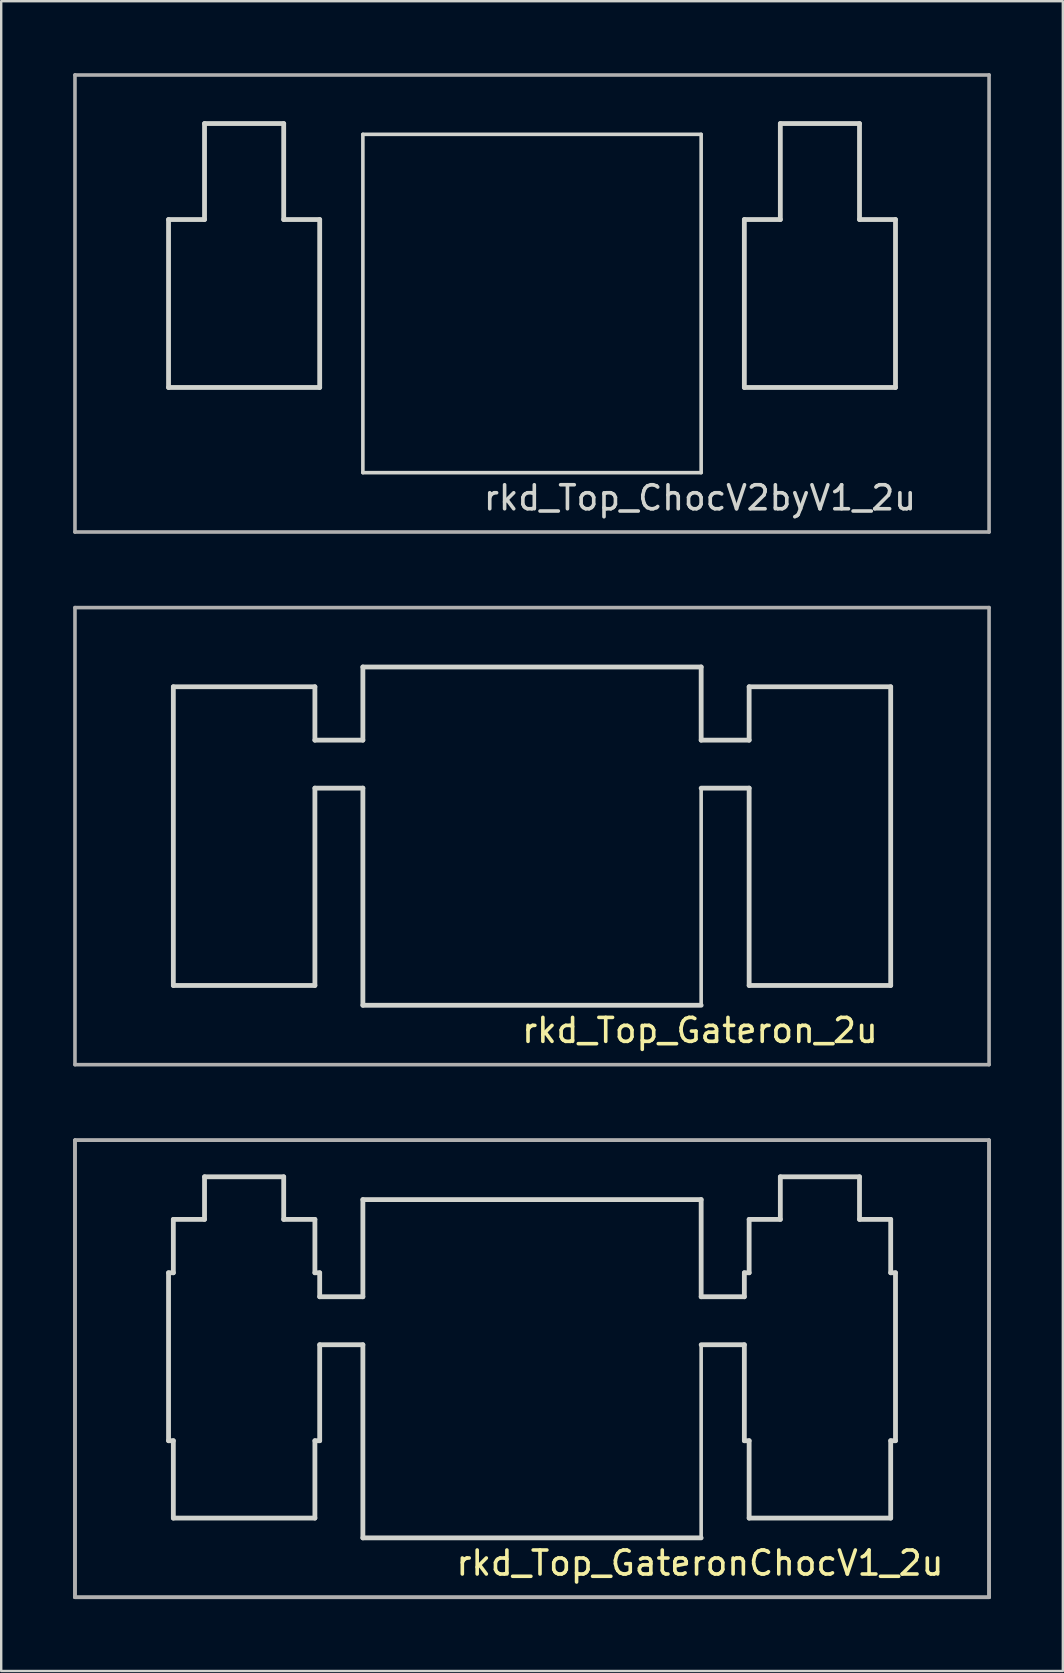
<source format=kicad_pcb>
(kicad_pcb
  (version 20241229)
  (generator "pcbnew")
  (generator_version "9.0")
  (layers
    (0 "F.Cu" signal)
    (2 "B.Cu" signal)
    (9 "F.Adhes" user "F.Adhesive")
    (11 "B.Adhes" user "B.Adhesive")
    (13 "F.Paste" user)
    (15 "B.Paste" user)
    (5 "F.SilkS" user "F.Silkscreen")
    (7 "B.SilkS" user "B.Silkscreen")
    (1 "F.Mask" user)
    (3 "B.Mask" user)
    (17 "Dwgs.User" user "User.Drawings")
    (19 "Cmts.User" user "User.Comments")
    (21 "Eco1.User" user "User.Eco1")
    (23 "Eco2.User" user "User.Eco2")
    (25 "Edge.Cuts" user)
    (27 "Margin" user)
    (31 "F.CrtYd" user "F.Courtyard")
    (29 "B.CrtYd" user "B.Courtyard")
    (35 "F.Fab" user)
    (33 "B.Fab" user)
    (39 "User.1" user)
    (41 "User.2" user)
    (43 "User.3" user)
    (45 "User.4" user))
  (footprint "rkd_Top_Gateron_2u"
    (layer "F.Cu")
    (at 19.125 31.8)
    (property "Reference" "rkd_Top_Gateron_2u" (at 7 8.1 0) (layer "F.SilkS") (effects (font (size 1 1) (thickness 0.15))))
    (attr through_hole)
    (fp_line (start -14.95 -6.225) (end -14.95 6.225) (stroke (width 0.2) (type solid)) (layer "Edge.Cuts"))
    (fp_line (start -14.95 -6.225) (end -9.05 -6.225) (stroke (width 0.2) (type solid)) (layer "Edge.Cuts"))
    (fp_line (start -9.05 -6.225) (end -9.05 -4) (stroke (width 0.2) (type solid)) (layer "Edge.Cuts"))
    (fp_line (start -9.05 -4) (end -7.05 -4) (stroke (width 0.2) (type solid)) (layer "Edge.Cuts"))
    (fp_line (start -9.05 -2) (end -9.05 6.225) (stroke (width 0.2) (type solid)) (layer "Edge.Cuts"))
    (fp_line (start -9.05 -2) (end -7.05 -2) (stroke (width 0.2) (type solid)) (layer "Edge.Cuts"))
    (fp_line (start -9.05 6.225) (end -14.95 6.225) (stroke (width 0.2) (type solid)) (layer "Edge.Cuts"))
    (fp_line (start -7.05 -7.05) (end 7.05 -7.05) (stroke (width 0.2) (type solid)) (layer "Edge.Cuts"))
    (fp_line (start -7.05 -4) (end -7.05 -7.05) (stroke (width 0.2) (type solid)) (layer "Edge.Cuts"))
    (fp_line (start -7.05 7.05) (end -7.05 -2) (stroke (width 0.2) (type solid)) (layer "Edge.Cuts"))
    (fp_line (start 7.05 -4) (end 7.05 -7.05) (stroke (width 0.2) (type solid)) (layer "Edge.Cuts"))
    (fp_line (start 7.05 -4) (end 9.05 -4) (stroke (width 0.2) (type solid)) (layer "Edge.Cuts"))
    (fp_line (start 7.05 -2) (end 7.05 7.05) (stroke (width 0.15) (type solid)) (layer "Edge.Cuts"))
    (fp_line (start 7.05 -2) (end 9.05 -2) (stroke (width 0.2) (type solid)) (layer "Edge.Cuts"))
    (fp_line (start 7.05 7.05) (end -7.05 7.05) (stroke (width 0.2) (type solid)) (layer "Edge.Cuts"))
    (fp_line (start 9.05 -6.225) (end 9.05 -4) (stroke (width 0.2) (type solid)) (layer "Edge.Cuts"))
    (fp_line (start 9.05 -6.225) (end 14.95 -6.225) (stroke (width 0.2) (type solid)) (layer "Edge.Cuts"))
    (fp_line (start 9.05 -2) (end 9.05 6.225) (stroke (width 0.2) (type solid)) (layer "Edge.Cuts"))
    (fp_line (start 14.95 -6.225) (end 14.95 6.225) (stroke (width 0.2) (type solid)) (layer "Edge.Cuts"))
    (fp_line (start 14.95 6.225) (end 9.05 6.225) (stroke (width 0.2) (type solid)) (layer "Edge.Cuts"))
    (fp_line (start -19.05 -9.525) (end -19.05 9.525) (stroke (width 0.15) (type solid)) (layer "F.Fab"))
    (fp_line (start -19.05 9.525) (end 19.05 9.525) (stroke (width 0.15) (type solid)) (layer "F.Fab"))
    (fp_line (start 19.05 -9.525) (end -19.05 -9.525) (stroke (width 0.15) (type solid)) (layer "F.Fab"))
    (fp_line (start 19.05 9.525) (end 19.05 -9.525) (stroke (width 0.15) (type solid)) (layer "F.Fab")))
  (footprint "rkd_Top_ChocV2byV1_2u"
    (layer "F.Cu")
    (at 19.125 9.6)
    (property "Reference" "rkd_Top_ChocV2byV1_2u" (at 7 8.1 0) (layer "Edge.Cuts") (effects (font (size 1 1) (thickness 0.15))))
    (attr through_hole)
    (fp_line (start -15.15 -3.5) (end -15.15 3.5) (stroke (width 0.2) (type solid)) (layer "Edge.Cuts"))
    (fp_line (start -13.65 -7.5) (end -13.65 -3.5) (stroke (width 0.2) (type solid)) (layer "Edge.Cuts"))
    (fp_line (start -13.65 -7.5) (end -10.35 -7.5) (stroke (width 0.2) (type solid)) (layer "Edge.Cuts"))
    (fp_line (start -13.65 -3.5) (end -15.15 -3.5) (stroke (width 0.2) (type solid)) (layer "Edge.Cuts"))
    (fp_line (start -10.35 -7.5) (end -10.35 -3.5) (stroke (width 0.2) (type solid)) (layer "Edge.Cuts"))
    (fp_line (start -10.35 -3.5) (end -8.85 -3.5) (stroke (width 0.2) (type solid)) (layer "Edge.Cuts"))
    (fp_line (start -8.85 -3.5) (end -8.85 3.5) (stroke (width 0.2) (type solid)) (layer "Edge.Cuts"))
    (fp_line (start -8.85 3.5) (end -15.15 3.5) (stroke (width 0.2) (type solid)) (layer "Edge.Cuts"))
    (fp_line (start -7.05 -7.05) (end 7.05 -7.05) (stroke (width 0.15) (type solid)) (layer "Edge.Cuts"))
    (fp_line (start -7.05 7.05) (end -7.05 -7.05) (stroke (width 0.15) (type solid)) (layer "Edge.Cuts"))
    (fp_line (start 7.05 -7.05) (end 7.05 7.05) (stroke (width 0.15) (type solid)) (layer "Edge.Cuts"))
    (fp_line (start 7.05 7.05) (end -7.05 7.05) (stroke (width 0.15) (type solid)) (layer "Edge.Cuts"))
    (fp_line (start 8.85 -3.5) (end 8.85 3.5) (stroke (width 0.2) (type solid)) (layer "Edge.Cuts"))
    (fp_line (start 10.35 -7.5) (end 10.35 -3.5) (stroke (width 0.2) (type solid)) (layer "Edge.Cuts"))
    (fp_line (start 10.35 -7.5) (end 13.65 -7.5) (stroke (width 0.2) (type solid)) (layer "Edge.Cuts"))
    (fp_line (start 10.35 -3.5) (end 8.85 -3.5) (stroke (width 0.2) (type solid)) (layer "Edge.Cuts"))
    (fp_line (start 13.65 -7.5) (end 13.65 -3.5) (stroke (width 0.2) (type solid)) (layer "Edge.Cuts"))
    (fp_line (start 13.65 -3.5) (end 15.15 -3.5) (stroke (width 0.2) (type solid)) (layer "Edge.Cuts"))
    (fp_line (start 15.15 -3.5) (end 15.15 3.5) (stroke (width 0.2) (type solid)) (layer "Edge.Cuts"))
    (fp_line (start 15.15 3.5) (end 8.85 3.5) (stroke (width 0.2) (type solid)) (layer "Edge.Cuts"))
    (fp_line (start -19.05 -9.525) (end -19.05 9.525) (stroke (width 0.15) (type solid)) (layer "F.Fab"))
    (fp_line (start -19.05 9.525) (end 19.05 9.525) (stroke (width 0.15) (type solid)) (layer "F.Fab"))
    (fp_line (start 19.05 -9.525) (end -19.05 -9.525) (stroke (width 0.15) (type solid)) (layer "F.Fab"))
    (fp_line (start 19.05 9.525) (end 19.05 -9.525) (stroke (width 0.15) (type solid)) (layer "F.Fab")))
  (footprint "rkd_Top_GateronChocV1_2u"
    (layer "F.Cu")
    (at 19.125 54)
    (property "Reference" "rkd_Top_GateronChocV1_2u" (at 7 8.1 0) (layer "F.SilkS") (effects (font (size 1 1) (thickness 0.15))))
    (attr through_hole)
    (fp_line (start -15.15 -4) (end -15.15 3) (stroke (width 0.2) (type solid)) (layer "Edge.Cuts"))
    (fp_line (start -14.95 -6.225) (end -14.95 -4) (stroke (width 0.2) (type solid)) (layer "Edge.Cuts"))
    (fp_line (start -14.95 -6.225) (end -13.65 -6.225) (stroke (width 0.2) (type solid)) (layer "Edge.Cuts"))
    (fp_line (start -14.95 -4) (end -15.15 -4) (stroke (width 0.2) (type solid)) (layer "Edge.Cuts"))
    (fp_line (start -14.95 3) (end -15.15 3) (stroke (width 0.2) (type solid)) (layer "Edge.Cuts"))
    (fp_line (start -14.95 3) (end -14.95 6.225) (stroke (width 0.2) (type solid)) (layer "Edge.Cuts"))
    (fp_line (start -13.65 -8) (end -13.65 -6.225) (stroke (width 0.2) (type solid)) (layer "Edge.Cuts"))
    (fp_line (start -13.65 -8) (end -10.35 -8) (stroke (width 0.2) (type solid)) (layer "Edge.Cuts"))
    (fp_line (start -10.35 -8) (end -10.35 -6.225) (stroke (width 0.2) (type solid)) (layer "Edge.Cuts"))
    (fp_line (start -10.35 -6.225) (end -9.05 -6.225) (stroke (width 0.2) (type solid)) (layer "Edge.Cuts"))
    (fp_line (start -9.05 -6.225) (end -9.05 -4) (stroke (width 0.2) (type solid)) (layer "Edge.Cuts"))
    (fp_line (start -9.05 -4) (end -8.85 -4) (stroke (width 0.2) (type solid)) (layer "Edge.Cuts"))
    (fp_line (start -9.05 3) (end -9.05 6.225) (stroke (width 0.2) (type solid)) (layer "Edge.Cuts"))
    (fp_line (start -9.05 3) (end -8.85 3) (stroke (width 0.2) (type solid)) (layer "Edge.Cuts"))
    (fp_line (start -9.05 6.225) (end -14.95 6.225) (stroke (width 0.2) (type solid)) (layer "Edge.Cuts"))
    (fp_line (start -8.85 -4) (end -8.85 -3) (stroke (width 0.2) (type solid)) (layer "Edge.Cuts"))
    (fp_line (start -8.85 -3) (end -7.05 -3) (stroke (width 0.2) (type solid)) (layer "Edge.Cuts"))
    (fp_line (start -8.85 -1) (end -8.85 3) (stroke (width 0.2) (type solid)) (layer "Edge.Cuts"))
    (fp_line (start -8.85 -1) (end -7.05 -1) (stroke (width 0.2) (type solid)) (layer "Edge.Cuts"))
    (fp_line (start -7.05 -7.05) (end 7.05 -7.05) (stroke (width 0.2) (type solid)) (layer "Edge.Cuts"))
    (fp_line (start -7.05 -3) (end -7.05 -7.05) (stroke (width 0.2) (type solid)) (layer "Edge.Cuts"))
    (fp_line (start -7.05 7.05) (end -7.05 -1) (stroke (width 0.2) (type solid)) (layer "Edge.Cuts"))
    (fp_line (start 7.05 -3) (end 7.05 -7.05) (stroke (width 0.2) (type solid)) (layer "Edge.Cuts"))
    (fp_line (start 7.05 -3) (end 8.85 -3) (stroke (width 0.2) (type solid)) (layer "Edge.Cuts"))
    (fp_line (start 7.05 -1) (end 7.05 7.05) (stroke (width 0.15) (type solid)) (layer "Edge.Cuts"))
    (fp_line (start 7.05 -1) (end 8.85 -1) (stroke (width 0.2) (type solid)) (layer "Edge.Cuts"))
    (fp_line (start 7.05 7.05) (end -7.05 7.05) (stroke (width 0.2) (type solid)) (layer "Edge.Cuts"))
    (fp_line (start 8.85 -4) (end 9.05 -4) (stroke (width 0.2) (type solid)) (layer "Edge.Cuts"))
    (fp_line (start 8.85 -3) (end 8.85 -4) (stroke (width 0.2) (type solid)) (layer "Edge.Cuts"))
    (fp_line (start 8.85 -1) (end 8.85 3) (stroke (width 0.2) (type solid)) (layer "Edge.Cuts"))
    (fp_line (start 9.05 -6.225) (end 9.05 -4) (stroke (width 0.2) (type solid)) (layer "Edge.Cuts"))
    (fp_line (start 9.05 -6.225) (end 10.35 -6.225) (stroke (width 0.2) (type solid)) (layer "Edge.Cuts"))
    (fp_line (start 9.05 3) (end 8.85 3) (stroke (width 0.2) (type solid)) (layer "Edge.Cuts"))
    (fp_line (start 9.05 3) (end 9.05 6.225) (stroke (width 0.2) (type solid)) (layer "Edge.Cuts"))
    (fp_line (start 10.35 -8) (end 10.35 -6.225) (stroke (width 0.2) (type solid)) (layer "Edge.Cuts"))
    (fp_line (start 10.35 -8) (end 13.65 -8) (stroke (width 0.2) (type solid)) (layer "Edge.Cuts"))
    (fp_line (start 13.65 -8) (end 13.65 -6.225) (stroke (width 0.2) (type solid)) (layer "Edge.Cuts"))
    (fp_line (start 13.65 -6.225) (end 14.95 -6.225) (stroke (width 0.2) (type solid)) (layer "Edge.Cuts"))
    (fp_line (start 14.95 -6.225) (end 14.95 -4) (stroke (width 0.2) (type solid)) (layer "Edge.Cuts"))
    (fp_line (start 14.95 -4) (end 15.15 -4) (stroke (width 0.2) (type solid)) (layer "Edge.Cuts"))
    (fp_line (start 14.95 3) (end 14.95 6.225) (stroke (width 0.2) (type solid)) (layer "Edge.Cuts"))
    (fp_line (start 14.95 6.225) (end 9.05 6.225) (stroke (width 0.2) (type solid)) (layer "Edge.Cuts"))
    (fp_line (start 15.15 -4) (end 15.15 3) (stroke (width 0.2) (type solid)) (layer "Edge.Cuts"))
    (fp_line (start 15.15 3) (end 14.95 3) (stroke (width 0.2) (type solid)) (layer "Edge.Cuts"))
    (fp_line (start -19.05 -9.525) (end -19.05 9.525) (stroke (width 0.15) (type solid)) (layer "F.Fab"))
    (fp_line (start -19.05 -9.525) (end -19.05 9.525) (stroke (width 0.15) (type solid)) (layer "F.Fab"))
    (fp_line (start -19.05 9.525) (end 19.05 9.525) (stroke (width 0.15) (type solid)) (layer "F.Fab"))
    (fp_line (start -19.05 9.525) (end 19.05 9.525) (stroke (width 0.15) (type solid)) (layer "F.Fab"))
    (fp_line (start 19.05 -9.525) (end -19.05 -9.525) (stroke (width 0.15) (type solid)) (layer "F.Fab"))
    (fp_line (start 19.05 -9.525) (end -19.05 -9.525) (stroke (width 0.15) (type solid)) (layer "F.Fab"))
    (fp_line (start 19.05 9.525) (end 19.05 -9.525) (stroke (width 0.15) (type solid)) (layer "F.Fab"))
    (fp_line (start 19.05 9.525) (end 19.05 -9.525) (stroke (width 0.15) (type solid)) (layer "F.Fab")))
  (gr_rect
    (start -3 -3)
    (end 41.25 66.6)
    (stroke (width 0.1) (type default))
    (fill no)
    (layer "Edge.Cuts")))
</source>
